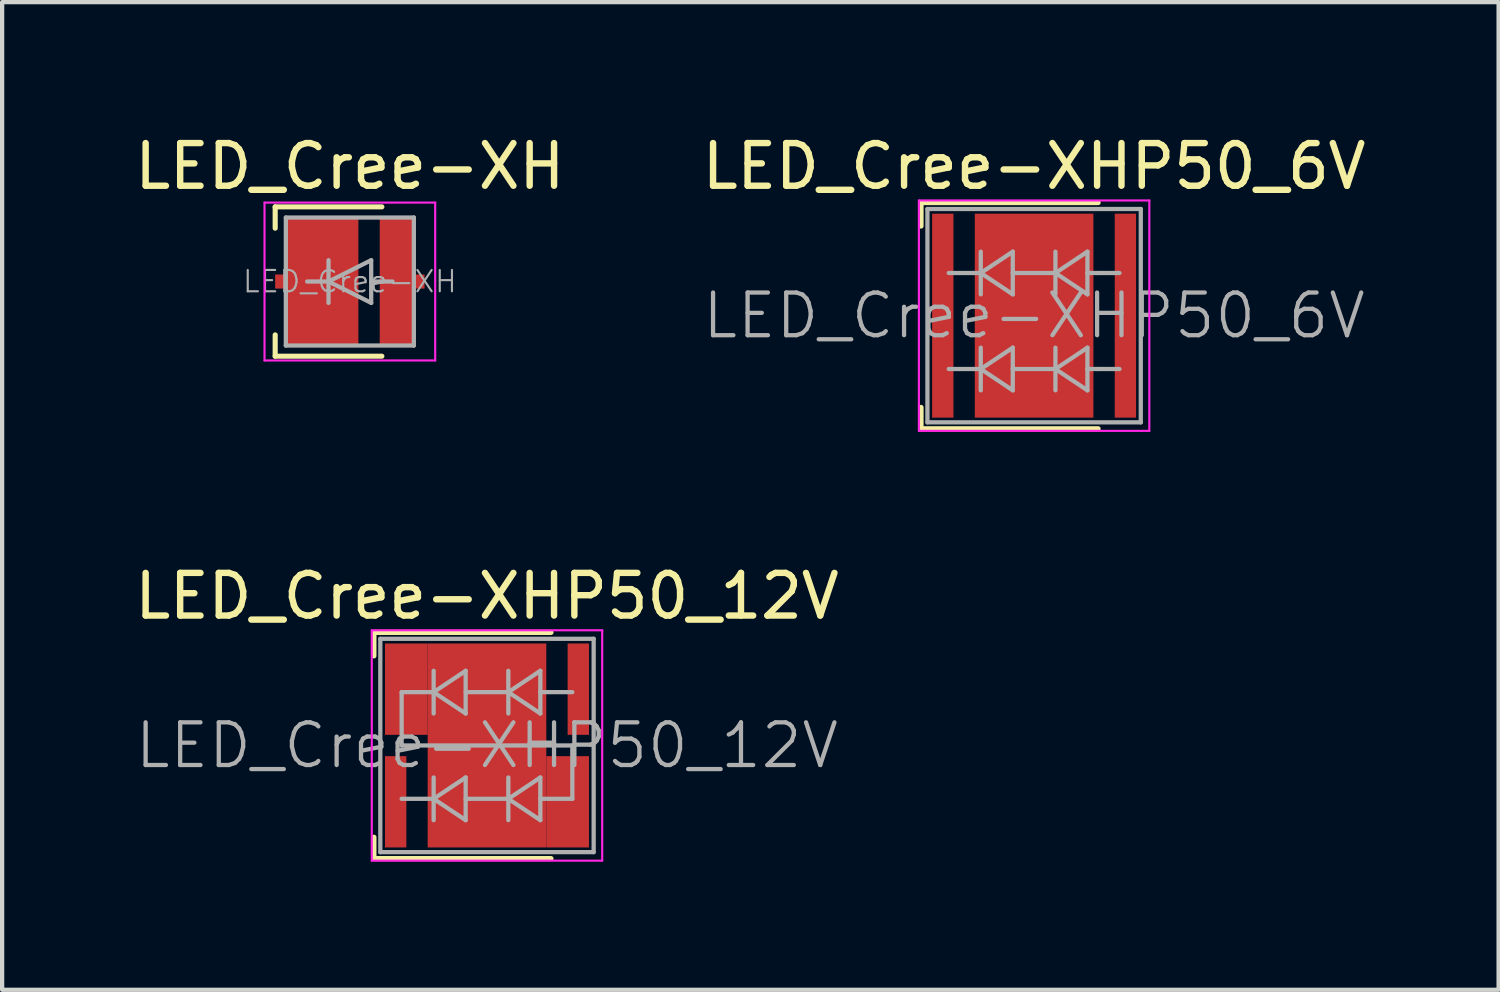
<source format=kicad_pcb>
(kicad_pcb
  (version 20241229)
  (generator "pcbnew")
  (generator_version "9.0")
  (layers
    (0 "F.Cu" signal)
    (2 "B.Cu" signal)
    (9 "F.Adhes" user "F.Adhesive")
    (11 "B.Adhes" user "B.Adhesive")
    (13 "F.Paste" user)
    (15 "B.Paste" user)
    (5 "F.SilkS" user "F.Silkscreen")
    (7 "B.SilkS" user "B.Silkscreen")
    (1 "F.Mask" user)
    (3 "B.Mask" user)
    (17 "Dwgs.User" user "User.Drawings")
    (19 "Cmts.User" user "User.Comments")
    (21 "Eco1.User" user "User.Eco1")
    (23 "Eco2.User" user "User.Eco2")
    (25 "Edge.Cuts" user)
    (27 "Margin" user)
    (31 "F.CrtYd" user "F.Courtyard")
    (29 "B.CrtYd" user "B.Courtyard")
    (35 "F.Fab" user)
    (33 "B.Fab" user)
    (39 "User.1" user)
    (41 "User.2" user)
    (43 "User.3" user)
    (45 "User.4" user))
  (footprint "LED_Cree-XHP50_12V"
    (layer "F.Cu")
    (at 8.363 14.421)
    (property "Reference" "LED_Cree-XHP50_12V" (at 0 -3.5 0) (layer "F.SilkS") (effects (font (size 1 1) (thickness 0.15))))
    (attr smd)
    (fp_line (start -2.65 -2.65) (end -2.65 -2.1) (stroke (width 0.12) (type solid)) (layer "F.SilkS"))
    (fp_line (start -2.65 2.65) (end -2.65 2.15) (stroke (width 0.12) (type solid)) (layer "F.SilkS"))
    (fp_line (start 1.5 -2.65) (end -2.65 -2.65) (stroke (width 0.12) (type solid)) (layer "F.SilkS"))
    (fp_line (start 1.5 2.65) (end -2.65 2.65) (stroke (width 0.12) (type solid)) (layer "F.SilkS"))
    (fp_line (start -2.7 -2.7) (end -2.7 2.7) (stroke (width 0.05) (type solid)) (layer "F.CrtYd"))
    (fp_line (start -2.7 2.7) (end 2.7 2.7) (stroke (width 0.05) (type solid)) (layer "F.CrtYd"))
    (fp_line (start 2.7 -2.7) (end -2.7 -2.7) (stroke (width 0.05) (type solid)) (layer "F.CrtYd"))
    (fp_line (start 2.7 2.7) (end 2.7 -2.7) (stroke (width 0.05) (type solid)) (layer "F.CrtYd"))
    (fp_line (start -2.5 -2.5) (end 2.5 -2.5) (stroke (width 0.1) (type solid)) (layer "F.Fab"))
    (fp_line (start -2.5 2.5) (end -2.5 -2.5) (stroke (width 0.1) (type solid)) (layer "F.Fab"))
    (fp_line (start -2 -1.25) (end -2 0) (stroke (width 0.1) (type solid)) (layer "F.Fab"))
    (fp_line (start -2 -1.25) (end -1.25 -1.25) (stroke (width 0.1) (type solid)) (layer "F.Fab"))
    (fp_line (start -2 0) (end 2 0) (stroke (width 0.1) (type solid)) (layer "F.Fab"))
    (fp_line (start -2 1.25) (end -1.25 1.25) (stroke (width 0.1) (type solid)) (layer "F.Fab"))
    (fp_line (start -1.25 -1.25) (end -1.25 -1.75) (stroke (width 0.1) (type solid)) (layer "F.Fab"))
    (fp_line (start -1.25 -1.25) (end -1.25 -0.75) (stroke (width 0.1) (type solid)) (layer "F.Fab"))
    (fp_line (start -1.25 -1.25) (end -0.5 -1.75) (stroke (width 0.1) (type solid)) (layer "F.Fab"))
    (fp_line (start -1.25 1.25) (end -1.25 0.75) (stroke (width 0.1) (type solid)) (layer "F.Fab"))
    (fp_line (start -1.25 1.25) (end -1.25 1.75) (stroke (width 0.1) (type solid)) (layer "F.Fab"))
    (fp_line (start -1.25 1.25) (end -0.5 0.75) (stroke (width 0.1) (type solid)) (layer "F.Fab"))
    (fp_line (start -0.5 -1.75) (end -0.5 -0.75) (stroke (width 0.1) (type solid)) (layer "F.Fab"))
    (fp_line (start -0.5 -1.25) (end 0.5 -1.25) (stroke (width 0.1) (type solid)) (layer "F.Fab"))
    (fp_line (start -0.5 -0.75) (end -1.25 -1.25) (stroke (width 0.1) (type solid)) (layer "F.Fab"))
    (fp_line (start -0.5 0.75) (end -0.5 1.75) (stroke (width 0.1) (type solid)) (layer "F.Fab"))
    (fp_line (start -0.5 1.25) (end 0.5 1.25) (stroke (width 0.1) (type solid)) (layer "F.Fab"))
    (fp_line (start -0.5 1.75) (end -1.25 1.25) (stroke (width 0.1) (type solid)) (layer "F.Fab"))
    (fp_line (start 0.5 -1.75) (end 0.5 -0.75) (stroke (width 0.1) (type solid)) (layer "F.Fab"))
    (fp_line (start 0.5 -1.25) (end 1.25 -0.75) (stroke (width 0.1) (type solid)) (layer "F.Fab"))
    (fp_line (start 0.5 0.75) (end 0.5 1.75) (stroke (width 0.1) (type solid)) (layer "F.Fab"))
    (fp_line (start 0.5 1.25) (end 1.25 1.75) (stroke (width 0.1) (type solid)) (layer "F.Fab"))
    (fp_line (start 1.25 -1.75) (end 0.5 -1.25) (stroke (width 0.1) (type solid)) (layer "F.Fab"))
    (fp_line (start 1.25 -1.25) (end 1.25 -1.75) (stroke (width 0.1) (type solid)) (layer "F.Fab"))
    (fp_line (start 1.25 -0.75) (end 1.25 -1.25) (stroke (width 0.1) (type solid)) (layer "F.Fab"))
    (fp_line (start 1.25 0.75) (end 0.5 1.25) (stroke (width 0.1) (type solid)) (layer "F.Fab"))
    (fp_line (start 1.25 0.75) (end 1.25 1.75) (stroke (width 0.1) (type solid)) (layer "F.Fab"))
    (fp_line (start 2 -1.25) (end 1.25 -1.25) (stroke (width 0.1) (type solid)) (layer "F.Fab"))
    (fp_line (start 2 0) (end 2 1.25) (stroke (width 0.1) (type solid)) (layer "F.Fab"))
    (fp_line (start 2 1.25) (end 1.25 1.25) (stroke (width 0.1) (type solid)) (layer "F.Fab"))
    (fp_line (start 2.5 -2.5) (end 2.5 2.5) (stroke (width 0.1) (type solid)) (layer "F.Fab"))
    (fp_line (start 2.5 2.5) (end -2.5 2.5) (stroke (width 0.1) (type solid)) (layer "F.Fab"))
    (fp_text user "${REFERENCE}" (at 0 0 0) (layer "F.Fab") (effects (font (size 1 1) (thickness 0.1))))
    (pad "" smd rect (at -2.14 -1.32) (size 0.5 2.14) (layers "F.Paste"))
    (pad "" smd rect (at -0.61 -1.575) (size 0.97 0.8) (layers "F.Paste"))
    (pad "" smd rect (at -0.61 -0.525) (size 0.97 0.8) (layers "F.Paste"))
    (pad "" smd rect (at -0.61 0.525) (size 0.97 0.8) (layers "F.Paste"))
    (pad "" smd rect (at -0.61 1.575) (size 0.97 0.8) (layers "F.Paste"))
    (pad "" smd rect (at 0.61 -1.575) (size 0.97 0.8) (layers "F.Paste"))
    (pad "" smd rect (at 0.61 -0.525) (size 0.97 0.8) (layers "F.Paste"))
    (pad "" smd rect (at 0.61 0.525) (size 0.97 0.8) (layers "F.Paste"))
    (pad "" smd rect (at 0.61 1.575) (size 0.97 0.8) (layers "F.Paste"))
    (pad "" smd rect (at 2.14 1.32) (size 0.5 2.14) (layers "F.Paste"))
    (pad "1" smd rect (at -2.14 1.32) (size 0.5 2.14) (layers "F.Cu" "F.Mask" "F.Paste"))
    (pad "2" smd rect (at 2.14 -1.32) (size 0.5 2.14) (layers "F.Cu" "F.Mask" "F.Paste"))
    (pad "3" smd rect (at -1.89 -1.32) (size 1 2.14) (layers "F.Cu" "F.Mask"))
    (pad "3" smd rect (at 0 0) (size 2.78 4.78) (layers "F.Cu" "F.Mask"))
    (pad "3" smd rect (at 1.89 1.32) (size 1 2.14) (layers "F.Cu" "F.Mask")))
  (footprint "LED_Cree-XH"
    (layer "F.Cu")
    (at 5.149 3.548)
    (property "Reference" "LED_Cree-XH" (at 0 -2.7 0) (layer "F.SilkS") (effects (font (size 1 1) (thickness 0.15))))
    (attr smd)
    (fp_line (start -1.75 -1.75) (end -1.75 -1.25) (stroke (width 0.12) (type solid)) (layer "F.SilkS"))
    (fp_line (start -1.75 1.25) (end -1.75 1.75) (stroke (width 0.12) (type solid)) (layer "F.SilkS"))
    (fp_line (start -1.75 1.75) (end 0.75 1.75) (stroke (width 0.12) (type solid)) (layer "F.SilkS"))
    (fp_line (start 0.75 -1.75) (end -1.75 -1.75) (stroke (width 0.12) (type solid)) (layer "F.SilkS"))
    (fp_line (start -2 -1.85) (end -2 1.85) (stroke (width 0.05) (type solid)) (layer "F.CrtYd"))
    (fp_line (start -2 1.85) (end 2 1.85) (stroke (width 0.05) (type solid)) (layer "F.CrtYd"))
    (fp_line (start 2 -1.85) (end -2 -1.85) (stroke (width 0.05) (type solid)) (layer "F.CrtYd"))
    (fp_line (start 2 1.85) (end 2 -1.85) (stroke (width 0.05) (type solid)) (layer "F.CrtYd"))
    (fp_line (start -1.5 -1.5) (end 1.5 -1.5) (stroke (width 0.1) (type solid)) (layer "F.Fab"))
    (fp_line (start -1.5 1.5) (end -1.5 -1.5) (stroke (width 0.1) (type solid)) (layer "F.Fab"))
    (fp_line (start -1 0) (end -0.5 0) (stroke (width 0.1) (type solid)) (layer "F.Fab"))
    (fp_line (start -0.5 -0.5) (end -0.5 0.5) (stroke (width 0.1) (type solid)) (layer "F.Fab"))
    (fp_line (start -0.5 0) (end 0.5 -0.5) (stroke (width 0.1) (type solid)) (layer "F.Fab"))
    (fp_line (start 0.5 -0.5) (end 0.5 0.5) (stroke (width 0.1) (type solid)) (layer "F.Fab"))
    (fp_line (start 0.5 0.5) (end -0.5 0) (stroke (width 0.1) (type solid)) (layer "F.Fab"))
    (fp_line (start 1 0) (end 0.5 0) (stroke (width 0.1) (type solid)) (layer "F.Fab"))
    (fp_line (start 1.5 -1.5) (end 1.5 1.5) (stroke (width 0.1) (type solid)) (layer "F.Fab"))
    (fp_line (start 1.5 1.5) (end -1.5 1.5) (stroke (width 0.1) (type solid)) (layer "F.Fab"))
    (fp_text user "${REFERENCE}" (at 0 0 0) (layer "F.Fab") (effects (font (size 0.5 0.5) (thickness 0.05))))
    (pad "" smd rect (at -0.65 -0.75) (size 1.35 1.2) (layers "F.Paste"))
    (pad "" smd rect (at -0.65 0.75) (size 1.35 1.2) (layers "F.Paste"))
    (pad "" smd rect (at 1.1 -0.75) (size 0.7 1.2) (layers "F.Paste"))
    (pad "" smd rect (at 1.1 0.75) (size 0.7 1.2) (layers "F.Paste"))
    (pad "1" smd rect (at -1.5 0) (size 0.5 0.33) (layers "F.Cu" "F.Mask"))
    (pad "1" smd rect (at -0.65 0) (size 1.7 3) (layers "F.Cu" "F.Mask"))
    (pad "2" smd rect (at 1.1 0) (size 0.8 3) (layers "F.Cu" "F.Mask"))
    (pad "2" smd rect (at 1.5 0) (size 0.5 0.33) (layers "F.Cu" "F.Mask")))
  (footprint "LED_Cree-XHP50_6V"
    (layer "F.Cu")
    (at 21.185 4.348)
    (property "Reference" "LED_Cree-XHP50_6V" (at 0 -3.5 0) (layer "F.SilkS") (effects (font (size 1 1) (thickness 0.15))))
    (attr smd)
    (fp_line (start -2.65 -2.65) (end -2.65 -2.1) (stroke (width 0.12) (type solid)) (layer "F.SilkS"))
    (fp_line (start -2.65 2.65) (end -2.65 2.15) (stroke (width 0.12) (type solid)) (layer "F.SilkS"))
    (fp_line (start 1.5 -2.65) (end -2.65 -2.65) (stroke (width 0.12) (type solid)) (layer "F.SilkS"))
    (fp_line (start 1.5 2.65) (end -2.65 2.65) (stroke (width 0.12) (type solid)) (layer "F.SilkS"))
    (fp_line (start -2.7 -2.7) (end -2.7 2.7) (stroke (width 0.05) (type solid)) (layer "F.CrtYd"))
    (fp_line (start -2.7 2.7) (end 2.7 2.7) (stroke (width 0.05) (type solid)) (layer "F.CrtYd"))
    (fp_line (start 2.7 -2.7) (end -2.7 -2.7) (stroke (width 0.05) (type solid)) (layer "F.CrtYd"))
    (fp_line (start 2.7 2.7) (end 2.7 -2.7) (stroke (width 0.05) (type solid)) (layer "F.CrtYd"))
    (fp_line (start -2.5 -2.5) (end 2.5 -2.5) (stroke (width 0.1) (type solid)) (layer "F.Fab"))
    (fp_line (start -2.5 2.5) (end -2.5 -2.5) (stroke (width 0.1) (type solid)) (layer "F.Fab"))
    (fp_line (start -2 -1) (end -1.25 -1) (stroke (width 0.1) (type solid)) (layer "F.Fab"))
    (fp_line (start -2 1.25) (end -1.25 1.25) (stroke (width 0.1) (type solid)) (layer "F.Fab"))
    (fp_line (start -1.25 -1) (end -1.25 -1.5) (stroke (width 0.1) (type solid)) (layer "F.Fab"))
    (fp_line (start -1.25 -1) (end -1.25 -0.5) (stroke (width 0.1) (type solid)) (layer "F.Fab"))
    (fp_line (start -1.25 -1) (end -0.5 -1.5) (stroke (width 0.1) (type solid)) (layer "F.Fab"))
    (fp_line (start -1.25 1.25) (end -1.25 0.75) (stroke (width 0.1) (type solid)) (layer "F.Fab"))
    (fp_line (start -1.25 1.25) (end -1.25 1.75) (stroke (width 0.1) (type solid)) (layer "F.Fab"))
    (fp_line (start -1.25 1.25) (end -0.5 0.75) (stroke (width 0.1) (type solid)) (layer "F.Fab"))
    (fp_line (start -0.5 -1.5) (end -0.5 -0.5) (stroke (width 0.1) (type solid)) (layer "F.Fab"))
    (fp_line (start -0.5 -0.5) (end -1.25 -1) (stroke (width 0.1) (type solid)) (layer "F.Fab"))
    (fp_line (start -0.5 0.75) (end -0.5 1.75) (stroke (width 0.1) (type solid)) (layer "F.Fab"))
    (fp_line (start -0.5 1.75) (end -1.25 1.25) (stroke (width 0.1) (type solid)) (layer "F.Fab"))
    (fp_line (start 0.5 -1.5) (end 0.5 -0.5) (stroke (width 0.1) (type solid)) (layer "F.Fab"))
    (fp_line (start 0.5 -1) (end -0.5 -1) (stroke (width 0.1) (type solid)) (layer "F.Fab"))
    (fp_line (start 0.5 -1) (end 1.25 -0.5) (stroke (width 0.1) (type solid)) (layer "F.Fab"))
    (fp_line (start 0.5 0.75) (end 0.5 1.75) (stroke (width 0.1) (type solid)) (layer "F.Fab"))
    (fp_line (start 0.5 1.25) (end -0.5 1.25) (stroke (width 0.1) (type solid)) (layer "F.Fab"))
    (fp_line (start 0.5 1.25) (end 1.25 1.75) (stroke (width 0.1) (type solid)) (layer "F.Fab"))
    (fp_line (start 1.25 -1.5) (end 0.5 -1) (stroke (width 0.1) (type solid)) (layer "F.Fab"))
    (fp_line (start 1.25 -1) (end 1.25 -1.5) (stroke (width 0.1) (type solid)) (layer "F.Fab"))
    (fp_line (start 1.25 -0.5) (end 1.25 -1) (stroke (width 0.1) (type solid)) (layer "F.Fab"))
    (fp_line (start 1.25 0.75) (end 0.5 1.25) (stroke (width 0.1) (type solid)) (layer "F.Fab"))
    (fp_line (start 1.25 1.25) (end 1.25 0.75) (stroke (width 0.1) (type solid)) (layer "F.Fab"))
    (fp_line (start 1.25 1.75) (end 1.25 1.25) (stroke (width 0.1) (type solid)) (layer "F.Fab"))
    (fp_line (start 1.5 -1) (end 1.25 -1) (stroke (width 0.1) (type solid)) (layer "F.Fab"))
    (fp_line (start 1.5 -1) (end 2 -1) (stroke (width 0.1) (type solid)) (layer "F.Fab"))
    (fp_line (start 1.5 1.25) (end 1.25 1.25) (stroke (width 0.1) (type solid)) (layer "F.Fab"))
    (fp_line (start 1.5 1.25) (end 2 1.25) (stroke (width 0.1) (type solid)) (layer "F.Fab"))
    (fp_line (start 2.5 -2.5) (end 2.5 2.5) (stroke (width 0.1) (type solid)) (layer "F.Fab"))
    (fp_line (start 2.5 2.5) (end -2.5 2.5) (stroke (width 0.1) (type solid)) (layer "F.Fab"))
    (fp_text user "${REFERENCE}" (at 0 0 0) (layer "F.Fab") (effects (font (size 1 1) (thickness 0.1))))
    (pad "" smd rect (at -2.14 -1.32) (size 0.5 2.14) (layers "F.Paste"))
    (pad "" smd rect (at -2.14 -1.32) (size 0.5 2.14) (layers "F.Paste"))
    (pad "" smd rect (at -2.14 1.32) (size 0.5 2.14) (layers "F.Paste"))
    (pad "" smd rect (at -0.61 -1.575) (size 0.97 0.8) (layers "F.Paste"))
    (pad "" smd rect (at -0.61 -0.525) (size 0.97 0.8) (layers "F.Paste"))
    (pad "" smd rect (at -0.61 0.525) (size 0.97 0.8) (layers "F.Paste"))
    (pad "" smd rect (at -0.61 1.575) (size 0.97 0.8) (layers "F.Paste"))
    (pad "" smd rect (at 0.61 -1.575) (size 0.97 0.8) (layers "F.Paste"))
    (pad "" smd rect (at 0.61 -0.525) (size 0.97 0.8) (layers "F.Paste"))
    (pad "" smd rect (at 0.61 0.525) (size 0.97 0.8) (layers "F.Paste"))
    (pad "" smd rect (at 0.61 1.575) (size 0.97 0.8) (layers "F.Paste"))
    (pad "" smd rect (at 2.14 -1.32) (size 0.5 2.14) (layers "F.Paste"))
    (pad "" smd rect (at 2.14 1.32) (size 0.5 2.14) (layers "F.Paste"))
    (pad "" smd rect (at 2.14 1.32) (size 0.5 2.14) (layers "F.Paste"))
    (pad "1" smd rect (at -2.14 0) (size 0.5 4.78) (layers "F.Cu" "F.Mask"))
    (pad "2" smd rect (at 2.14 0) (size 0.5 4.78) (layers "F.Cu" "F.Mask"))
    (pad "3" smd rect (at 0 0) (size 2.78 4.78) (layers "F.Cu" "F.Mask")))
  (gr_rect
    (start -3 -3)
    (end 32.071 20.146)
    (stroke (width 0.1) (type default))
    (fill no)
    (layer "Edge.Cuts")))
</source>
